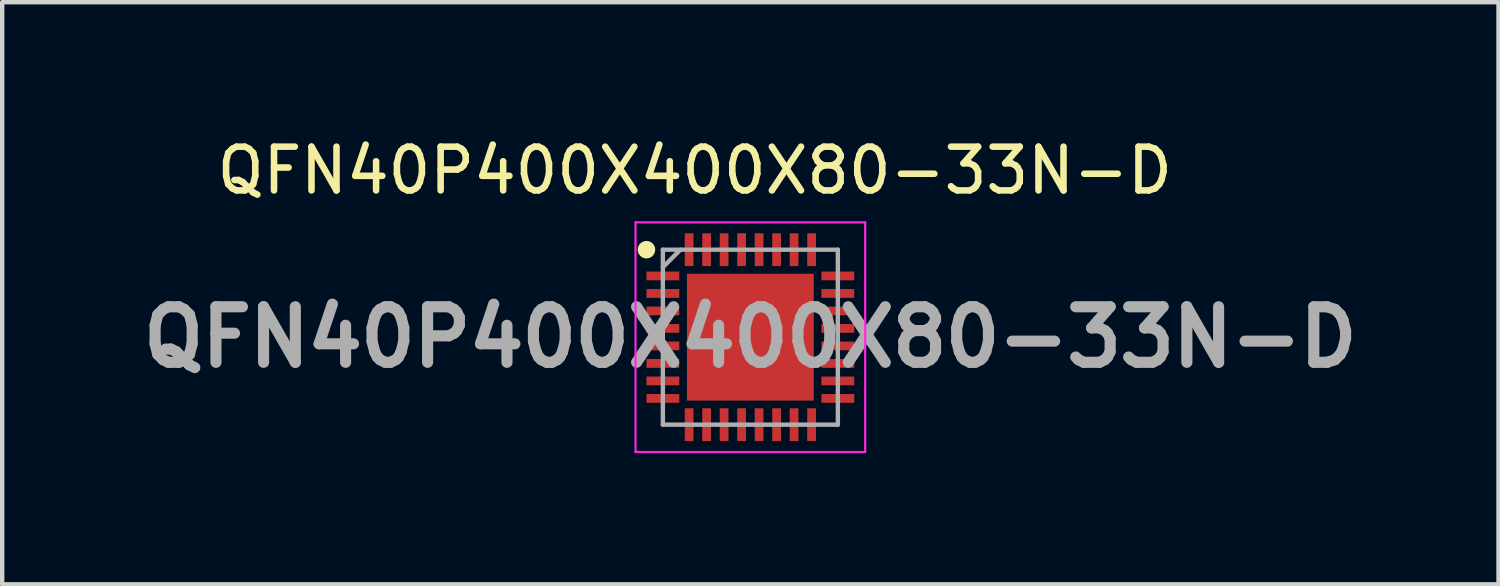
<source format=kicad_pcb>
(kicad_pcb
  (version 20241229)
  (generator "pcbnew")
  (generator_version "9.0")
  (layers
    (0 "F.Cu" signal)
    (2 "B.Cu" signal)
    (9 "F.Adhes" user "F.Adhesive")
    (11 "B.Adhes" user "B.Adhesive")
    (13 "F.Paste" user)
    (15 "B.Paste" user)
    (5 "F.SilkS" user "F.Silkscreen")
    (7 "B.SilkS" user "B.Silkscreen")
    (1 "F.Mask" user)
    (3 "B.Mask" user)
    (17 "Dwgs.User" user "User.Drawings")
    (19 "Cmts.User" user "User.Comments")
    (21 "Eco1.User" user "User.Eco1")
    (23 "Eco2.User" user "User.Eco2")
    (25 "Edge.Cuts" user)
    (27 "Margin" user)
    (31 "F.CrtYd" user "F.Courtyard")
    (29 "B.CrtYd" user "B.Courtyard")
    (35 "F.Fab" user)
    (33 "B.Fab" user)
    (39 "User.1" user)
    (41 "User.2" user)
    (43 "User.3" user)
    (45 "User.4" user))
  (footprint "QFN40P400X400X80-33N-D"
    (layer "F.Cu")
    (at 14.103 4.658)
    (property "Reference" "QFN40P400X400X80-33N-D" (at -1.27 -3.81 0) (layer "F.SilkS") (effects (font (size 1 1) (thickness 0.15))))
    (attr smd)
    (fp_circle (center -2.375 -2) (end -2.375 -1.9) (stroke (width 0.2) (type solid)) (fill no) (layer "F.SilkS"))
    (fp_line (start -2.625 -2.625) (end 2.625 -2.625) (stroke (width 0.05) (type solid)) (layer "F.CrtYd"))
    (fp_line (start -2.625 2.625) (end -2.625 -2.625) (stroke (width 0.05) (type solid)) (layer "F.CrtYd"))
    (fp_line (start 2.625 -2.625) (end 2.625 2.625) (stroke (width 0.05) (type solid)) (layer "F.CrtYd"))
    (fp_line (start 2.625 2.625) (end -2.625 2.625) (stroke (width 0.05) (type solid)) (layer "F.CrtYd"))
    (fp_line (start -2 -2) (end 2 -2) (stroke (width 0.1) (type solid)) (layer "F.Fab"))
    (fp_line (start -2 -1.6) (end -1.6 -2) (stroke (width 0.1) (type solid)) (layer "F.Fab"))
    (fp_line (start -2 2) (end -2 -2) (stroke (width 0.1) (type solid)) (layer "F.Fab"))
    (fp_line (start 2 -2) (end 2 2) (stroke (width 0.1) (type solid)) (layer "F.Fab"))
    (fp_line (start 2 2) (end -2 2) (stroke (width 0.1) (type solid)) (layer "F.Fab"))
    (fp_text user "${REFERENCE}" (at 0 0 0) (layer "F.Fab") (effects (font (size 1.27 1.27) (thickness 0.254))))
    (pad "1" smd rect (at -2 -1.4 90) (size 0.2 0.75) (layers "F.Cu" "F.Mask" "F.Paste"))
    (pad "2" smd rect (at -2 -1 90) (size 0.2 0.75) (layers "F.Cu" "F.Mask" "F.Paste"))
    (pad "3" smd rect (at -2 -0.6 90) (size 0.2 0.75) (layers "F.Cu" "F.Mask" "F.Paste"))
    (pad "4" smd rect (at -2 -0.2 90) (size 0.2 0.75) (layers "F.Cu" "F.Mask" "F.Paste"))
    (pad "5" smd rect (at -2 0.2 90) (size 0.2 0.75) (layers "F.Cu" "F.Mask" "F.Paste"))
    (pad "6" smd rect (at -2 0.6 90) (size 0.2 0.75) (layers "F.Cu" "F.Mask" "F.Paste"))
    (pad "7" smd rect (at -2 1 90) (size 0.2 0.75) (layers "F.Cu" "F.Mask" "F.Paste"))
    (pad "8" smd rect (at -2 1.4 90) (size 0.2 0.75) (layers "F.Cu" "F.Mask" "F.Paste"))
    (pad "9" smd rect (at -1.4 2) (size 0.2 0.75) (layers "F.Cu" "F.Mask" "F.Paste"))
    (pad "10" smd rect (at -1 2) (size 0.2 0.75) (layers "F.Cu" "F.Mask" "F.Paste"))
    (pad "11" smd rect (at -0.6 2) (size 0.2 0.75) (layers "F.Cu" "F.Mask" "F.Paste"))
    (pad "12" smd rect (at -0.2 2) (size 0.2 0.75) (layers "F.Cu" "F.Mask" "F.Paste"))
    (pad "13" smd rect (at 0.2 2) (size 0.2 0.75) (layers "F.Cu" "F.Mask" "F.Paste"))
    (pad "14" smd rect (at 0.6 2) (size 0.2 0.75) (layers "F.Cu" "F.Mask" "F.Paste"))
    (pad "15" smd rect (at 1 2) (size 0.2 0.75) (layers "F.Cu" "F.Mask" "F.Paste"))
    (pad "16" smd rect (at 1.4 2) (size 0.2 0.75) (layers "F.Cu" "F.Mask" "F.Paste"))
    (pad "17" smd rect (at 2 1.4 90) (size 0.2 0.75) (layers "F.Cu" "F.Mask" "F.Paste"))
    (pad "18" smd rect (at 2 1 90) (size 0.2 0.75) (layers "F.Cu" "F.Mask" "F.Paste"))
    (pad "19" smd rect (at 2 0.6 90) (size 0.2 0.75) (layers "F.Cu" "F.Mask" "F.Paste"))
    (pad "20" smd rect (at 2 0.2 90) (size 0.2 0.75) (layers "F.Cu" "F.Mask" "F.Paste"))
    (pad "21" smd rect (at 2 -0.2 90) (size 0.2 0.75) (layers "F.Cu" "F.Mask" "F.Paste"))
    (pad "22" smd rect (at 2 -0.6 90) (size 0.2 0.75) (layers "F.Cu" "F.Mask" "F.Paste"))
    (pad "23" smd rect (at 2 -1 90) (size 0.2 0.75) (layers "F.Cu" "F.Mask" "F.Paste"))
    (pad "24" smd rect (at 2 -1.4 90) (size 0.2 0.75) (layers "F.Cu" "F.Mask" "F.Paste"))
    (pad "25" smd rect (at 1.4 -2) (size 0.2 0.75) (layers "F.Cu" "F.Mask" "F.Paste"))
    (pad "26" smd rect (at 1 -2) (size 0.2 0.75) (layers "F.Cu" "F.Mask" "F.Paste"))
    (pad "27" smd rect (at 0.6 -2) (size 0.2 0.75) (layers "F.Cu" "F.Mask" "F.Paste"))
    (pad "28" smd rect (at 0.2 -2) (size 0.2 0.75) (layers "F.Cu" "F.Mask" "F.Paste"))
    (pad "29" smd rect (at -0.2 -2) (size 0.2 0.75) (layers "F.Cu" "F.Mask" "F.Paste"))
    (pad "30" smd rect (at -0.6 -2) (size 0.2 0.75) (layers "F.Cu" "F.Mask" "F.Paste"))
    (pad "31" smd rect (at -1 -2) (size 0.2 0.75) (layers "F.Cu" "F.Mask" "F.Paste"))
    (pad "32" smd rect (at -1.4 -2) (size 0.2 0.75) (layers "F.Cu" "F.Mask" "F.Paste"))
    (pad "33" smd rect (at 0 0) (size 2.9 2.9) (layers "F.Cu" "F.Mask" "F.Paste")))
  (gr_rect
    (start -3 -3)
    (end 31.206 10.308)
    (stroke (width 0.1) (type default))
    (fill no)
    (layer "Edge.Cuts")))
</source>
